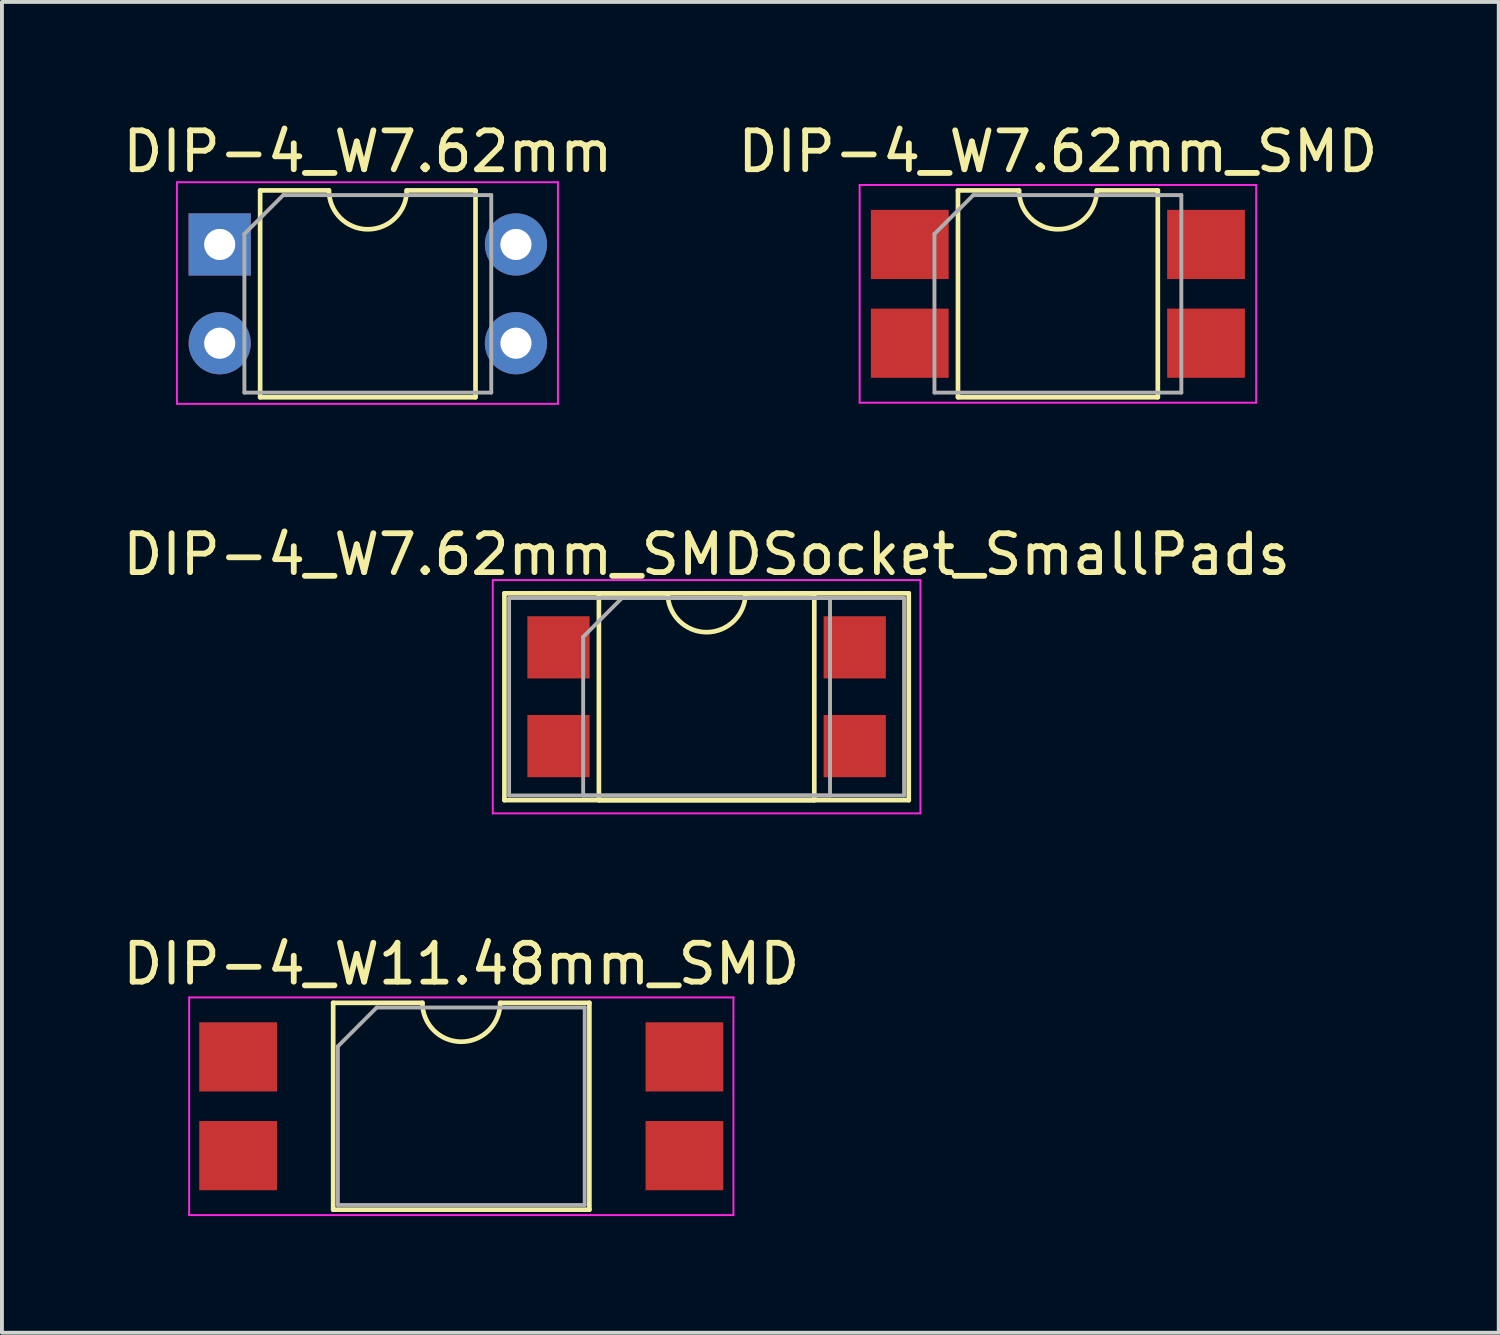
<source format=kicad_pcb>
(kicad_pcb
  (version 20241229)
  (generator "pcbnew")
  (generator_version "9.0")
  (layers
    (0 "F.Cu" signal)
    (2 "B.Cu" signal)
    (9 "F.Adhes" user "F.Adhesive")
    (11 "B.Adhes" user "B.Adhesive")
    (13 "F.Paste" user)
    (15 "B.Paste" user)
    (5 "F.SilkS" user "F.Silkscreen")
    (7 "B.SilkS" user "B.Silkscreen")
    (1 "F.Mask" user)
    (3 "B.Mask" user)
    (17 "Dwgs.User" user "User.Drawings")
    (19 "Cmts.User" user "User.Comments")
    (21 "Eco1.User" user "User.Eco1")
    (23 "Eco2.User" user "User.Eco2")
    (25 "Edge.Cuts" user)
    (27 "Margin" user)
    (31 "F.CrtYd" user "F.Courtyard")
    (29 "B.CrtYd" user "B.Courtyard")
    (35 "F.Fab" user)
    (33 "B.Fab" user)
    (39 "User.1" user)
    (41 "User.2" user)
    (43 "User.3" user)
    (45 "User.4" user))
  (footprint "DIP-4_W7.62mm_SMD"
    (layer "F.Cu")
    (at 24.161 4.508)
    (property "Reference" "DIP-4_W7.62mm_SMD" (at 0 -3.66 0) (layer "F.SilkS") (effects (font (size 1 1) (thickness 0.15))))
    (attr smd)
    (fp_line (start -2.57 -2.66) (end -2.57 2.66) (stroke (width 0.12) (type solid)) (layer "F.SilkS"))
    (fp_line (start -2.57 2.66) (end 2.57 2.66) (stroke (width 0.12) (type solid)) (layer "F.SilkS"))
    (fp_line (start -1 -2.66) (end -2.57 -2.66) (stroke (width 0.12) (type solid)) (layer "F.SilkS"))
    (fp_line (start 2.57 -2.66) (end 1 -2.66) (stroke (width 0.12) (type solid)) (layer "F.SilkS"))
    (fp_line (start 2.57 2.66) (end 2.57 -2.66) (stroke (width 0.12) (type solid)) (layer "F.SilkS"))
    (fp_arc (start 1 -2.66) (mid 0 -1.66) (end -1 -2.66) (stroke (width 0.12) (type solid)) (layer "F.SilkS"))
    (fp_line (start -5.1 -2.8) (end -5.1 2.8) (stroke (width 0.05) (type solid)) (layer "F.CrtYd"))
    (fp_line (start -5.1 2.8) (end 5.1 2.8) (stroke (width 0.05) (type solid)) (layer "F.CrtYd"))
    (fp_line (start 5.1 -2.8) (end -5.1 -2.8) (stroke (width 0.05) (type solid)) (layer "F.CrtYd"))
    (fp_line (start 5.1 2.8) (end 5.1 -2.8) (stroke (width 0.05) (type solid)) (layer "F.CrtYd"))
    (fp_line (start -3.175 -1.54) (end -2.175 -2.54) (stroke (width 0.1) (type solid)) (layer "F.Fab"))
    (fp_line (start -3.175 2.54) (end -3.175 -1.54) (stroke (width 0.1) (type solid)) (layer "F.Fab"))
    (fp_line (start -2.175 -2.54) (end 3.175 -2.54) (stroke (width 0.1) (type solid)) (layer "F.Fab"))
    (fp_line (start 3.175 -2.54) (end 3.175 2.54) (stroke (width 0.1) (type solid)) (layer "F.Fab"))
    (fp_line (start 3.175 2.54) (end -3.175 2.54) (stroke (width 0.1) (type solid)) (layer "F.Fab"))
    (pad "1" smd rect (at -3.81 -1.27) (size 2 1.78) (layers "F.Cu" "F.Mask"))
    (pad "2" smd rect (at -3.81 1.27) (size 2 1.78) (layers "F.Cu" "F.Mask"))
    (pad "3" smd rect (at 3.81 1.27) (size 2 1.78) (layers "F.Cu" "F.Mask"))
    (pad "4" smd rect (at 3.81 -1.27) (size 2 1.78) (layers "F.Cu" "F.Mask")))
  (footprint "DIP-4_W11.48mm_SMD"
    (layer "F.Cu")
    (at 8.815 25.405)
    (property "Reference" "DIP-4_W11.48mm_SMD" (at 0 -3.66 0) (layer "F.SilkS") (effects (font (size 1 1) (thickness 0.15))))
    (attr smd)
    (fp_line (start -3.295 -2.66) (end -3.295 2.66) (stroke (width 0.12) (type solid)) (layer "F.SilkS"))
    (fp_line (start -3.295 2.66) (end 3.295 2.66) (stroke (width 0.12) (type solid)) (layer "F.SilkS"))
    (fp_line (start -1 -2.66) (end -3.295 -2.66) (stroke (width 0.12) (type solid)) (layer "F.SilkS"))
    (fp_line (start 3.295 -2.66) (end 1 -2.66) (stroke (width 0.12) (type solid)) (layer "F.SilkS"))
    (fp_line (start 3.295 2.66) (end 3.295 -2.66) (stroke (width 0.12) (type solid)) (layer "F.SilkS"))
    (fp_arc (start 1 -2.66) (mid 0 -1.66) (end -1 -2.66) (stroke (width 0.12) (type solid)) (layer "F.SilkS"))
    (fp_line (start -7 -2.8) (end -7 2.8) (stroke (width 0.05) (type solid)) (layer "F.CrtYd"))
    (fp_line (start -7 2.8) (end 7 2.8) (stroke (width 0.05) (type solid)) (layer "F.CrtYd"))
    (fp_line (start 7 -2.8) (end -7 -2.8) (stroke (width 0.05) (type solid)) (layer "F.CrtYd"))
    (fp_line (start 7 2.8) (end 7 -2.8) (stroke (width 0.05) (type solid)) (layer "F.CrtYd"))
    (fp_line (start -3.175 -1.54) (end -2.175 -2.54) (stroke (width 0.1) (type solid)) (layer "F.Fab"))
    (fp_line (start -3.175 2.54) (end -3.175 -1.54) (stroke (width 0.1) (type solid)) (layer "F.Fab"))
    (fp_line (start -2.175 -2.54) (end 3.175 -2.54) (stroke (width 0.1) (type solid)) (layer "F.Fab"))
    (fp_line (start 3.175 -2.54) (end 3.175 2.54) (stroke (width 0.1) (type solid)) (layer "F.Fab"))
    (fp_line (start 3.175 2.54) (end -3.175 2.54) (stroke (width 0.1) (type solid)) (layer "F.Fab"))
    (pad "1" smd rect (at -5.74 -1.27) (size 2 1.78) (layers "F.Cu" "F.Mask"))
    (pad "2" smd rect (at -5.74 1.27) (size 2 1.78) (layers "F.Cu" "F.Mask"))
    (pad "3" smd rect (at 5.74 1.27) (size 2 1.78) (layers "F.Cu" "F.Mask"))
    (pad "4" smd rect (at 5.74 -1.27) (size 2 1.78) (layers "F.Cu" "F.Mask")))
  (footprint "DIP-4_W7.62mm_SMDSocket_SmallPads"
    (layer "F.Cu")
    (at 15.125 14.871)
    (property "Reference" "DIP-4_W7.62mm_SMDSocket_SmallPads" (at 0 -3.66 0) (layer "F.SilkS") (effects (font (size 1 1) (thickness 0.15))))
    (attr smd)
    (fp_line (start -5.2 -2.66) (end -5.2 2.66) (stroke (width 0.12) (type solid)) (layer "F.SilkS"))
    (fp_line (start -5.2 2.66) (end 5.2 2.66) (stroke (width 0.12) (type solid)) (layer "F.SilkS"))
    (fp_line (start -2.77 -2.66) (end -2.77 2.66) (stroke (width 0.12) (type solid)) (layer "F.SilkS"))
    (fp_line (start -2.77 2.66) (end 2.77 2.66) (stroke (width 0.12) (type solid)) (layer "F.SilkS"))
    (fp_line (start -1 -2.66) (end -2.77 -2.66) (stroke (width 0.12) (type solid)) (layer "F.SilkS"))
    (fp_line (start 2.77 -2.66) (end 1 -2.66) (stroke (width 0.12) (type solid)) (layer "F.SilkS"))
    (fp_line (start 2.77 2.66) (end 2.77 -2.66) (stroke (width 0.12) (type solid)) (layer "F.SilkS"))
    (fp_line (start 5.2 -2.66) (end -5.2 -2.66) (stroke (width 0.12) (type solid)) (layer "F.SilkS"))
    (fp_line (start 5.2 2.66) (end 5.2 -2.66) (stroke (width 0.12) (type solid)) (layer "F.SilkS"))
    (fp_arc (start 1 -2.66) (mid 0 -1.66) (end -1 -2.66) (stroke (width 0.12) (type solid)) (layer "F.SilkS"))
    (fp_line (start -5.5 -3) (end -5.5 3) (stroke (width 0.05) (type solid)) (layer "F.CrtYd"))
    (fp_line (start -5.5 3) (end 5.5 3) (stroke (width 0.05) (type solid)) (layer "F.CrtYd"))
    (fp_line (start 5.5 -3) (end -5.5 -3) (stroke (width 0.05) (type solid)) (layer "F.CrtYd"))
    (fp_line (start 5.5 3) (end 5.5 -3) (stroke (width 0.05) (type solid)) (layer "F.CrtYd"))
    (fp_line (start -5.08 -2.54) (end -5.08 2.54) (stroke (width 0.1) (type solid)) (layer "F.Fab"))
    (fp_line (start -5.08 2.54) (end 5.08 2.54) (stroke (width 0.1) (type solid)) (layer "F.Fab"))
    (fp_line (start -3.175 -1.54) (end -2.175 -2.54) (stroke (width 0.1) (type solid)) (layer "F.Fab"))
    (fp_line (start -3.175 2.54) (end -3.175 -1.54) (stroke (width 0.1) (type solid)) (layer "F.Fab"))
    (fp_line (start -2.175 -2.54) (end 3.175 -2.54) (stroke (width 0.1) (type solid)) (layer "F.Fab"))
    (fp_line (start 3.175 -2.54) (end 3.175 2.54) (stroke (width 0.1) (type solid)) (layer "F.Fab"))
    (fp_line (start 3.175 2.54) (end -3.175 2.54) (stroke (width 0.1) (type solid)) (layer "F.Fab"))
    (fp_line (start 5.08 -2.54) (end -5.08 -2.54) (stroke (width 0.1) (type solid)) (layer "F.Fab"))
    (fp_line (start 5.08 2.54) (end 5.08 -2.54) (stroke (width 0.1) (type solid)) (layer "F.Fab"))
    (pad "1" smd rect (at -3.81 -1.27) (size 1.6 1.6) (layers "F.Cu" "F.Mask"))
    (pad "2" smd rect (at -3.81 1.27) (size 1.6 1.6) (layers "F.Cu" "F.Mask"))
    (pad "3" smd rect (at 3.81 1.27) (size 1.6 1.6) (layers "F.Cu" "F.Mask"))
    (pad "4" smd rect (at 3.81 -1.27) (size 1.6 1.6) (layers "F.Cu" "F.Mask")))
  (footprint "DIP-4_W7.62mm"
    (layer "F.Cu")
    (at 2.601 3.238)
    (property "Reference" "DIP-4_W7.62mm" (at 3.81 -2.39 0) (layer "F.SilkS") (effects (font (size 1 1) (thickness 0.15))))
    (attr through_hole)
    (fp_line (start 1.04 -1.39) (end 1.04 3.93) (stroke (width 0.12) (type solid)) (layer "F.SilkS"))
    (fp_line (start 1.04 3.93) (end 6.58 3.93) (stroke (width 0.12) (type solid)) (layer "F.SilkS"))
    (fp_line (start 2.81 -1.39) (end 1.04 -1.39) (stroke (width 0.12) (type solid)) (layer "F.SilkS"))
    (fp_line (start 6.58 -1.39) (end 4.81 -1.39) (stroke (width 0.12) (type solid)) (layer "F.SilkS"))
    (fp_line (start 6.58 3.93) (end 6.58 -1.39) (stroke (width 0.12) (type solid)) (layer "F.SilkS"))
    (fp_arc (start 4.81 -1.39) (mid 3.81 -0.39) (end 2.81 -1.39) (stroke (width 0.12) (type solid)) (layer "F.SilkS"))
    (fp_line (start -1.1 -1.6) (end -1.1 4.1) (stroke (width 0.05) (type solid)) (layer "F.CrtYd"))
    (fp_line (start -1.1 4.1) (end 8.7 4.1) (stroke (width 0.05) (type solid)) (layer "F.CrtYd"))
    (fp_line (start 8.7 -1.6) (end -1.1 -1.6) (stroke (width 0.05) (type solid)) (layer "F.CrtYd"))
    (fp_line (start 8.7 4.1) (end 8.7 -1.6) (stroke (width 0.05) (type solid)) (layer "F.CrtYd"))
    (fp_line (start 0.635 -0.27) (end 1.635 -1.27) (stroke (width 0.1) (type solid)) (layer "F.Fab"))
    (fp_line (start 0.635 3.81) (end 0.635 -0.27) (stroke (width 0.1) (type solid)) (layer "F.Fab"))
    (fp_line (start 1.635 -1.27) (end 6.985 -1.27) (stroke (width 0.1) (type solid)) (layer "F.Fab"))
    (fp_line (start 6.985 -1.27) (end 6.985 3.81) (stroke (width 0.1) (type solid)) (layer "F.Fab"))
    (fp_line (start 6.985 3.81) (end 0.635 3.81) (stroke (width 0.1) (type solid)) (layer "F.Fab"))
    (pad "1" thru_hole rect (at 0 0) (size 1.6 1.6) (drill 0.8) (layers "*.Cu" "*.Mask"))
    (pad "2" thru_hole oval (at 0 2.54) (size 1.6 1.6) (drill 0.8) (layers "*.Cu" "*.Mask"))
    (pad "3" thru_hole oval (at 7.62 2.54) (size 1.6 1.6) (drill 0.8) (layers "*.Cu" "*.Mask"))
    (pad "4" thru_hole oval (at 7.62 0) (size 1.6 1.6) (drill 0.8) (layers "*.Cu" "*.Mask")))
  (gr_rect
    (start -3 -3)
    (end 35.5 31.23)
    (stroke (width 0.1) (type default))
    (fill no)
    (layer "Edge.Cuts")))
</source>
